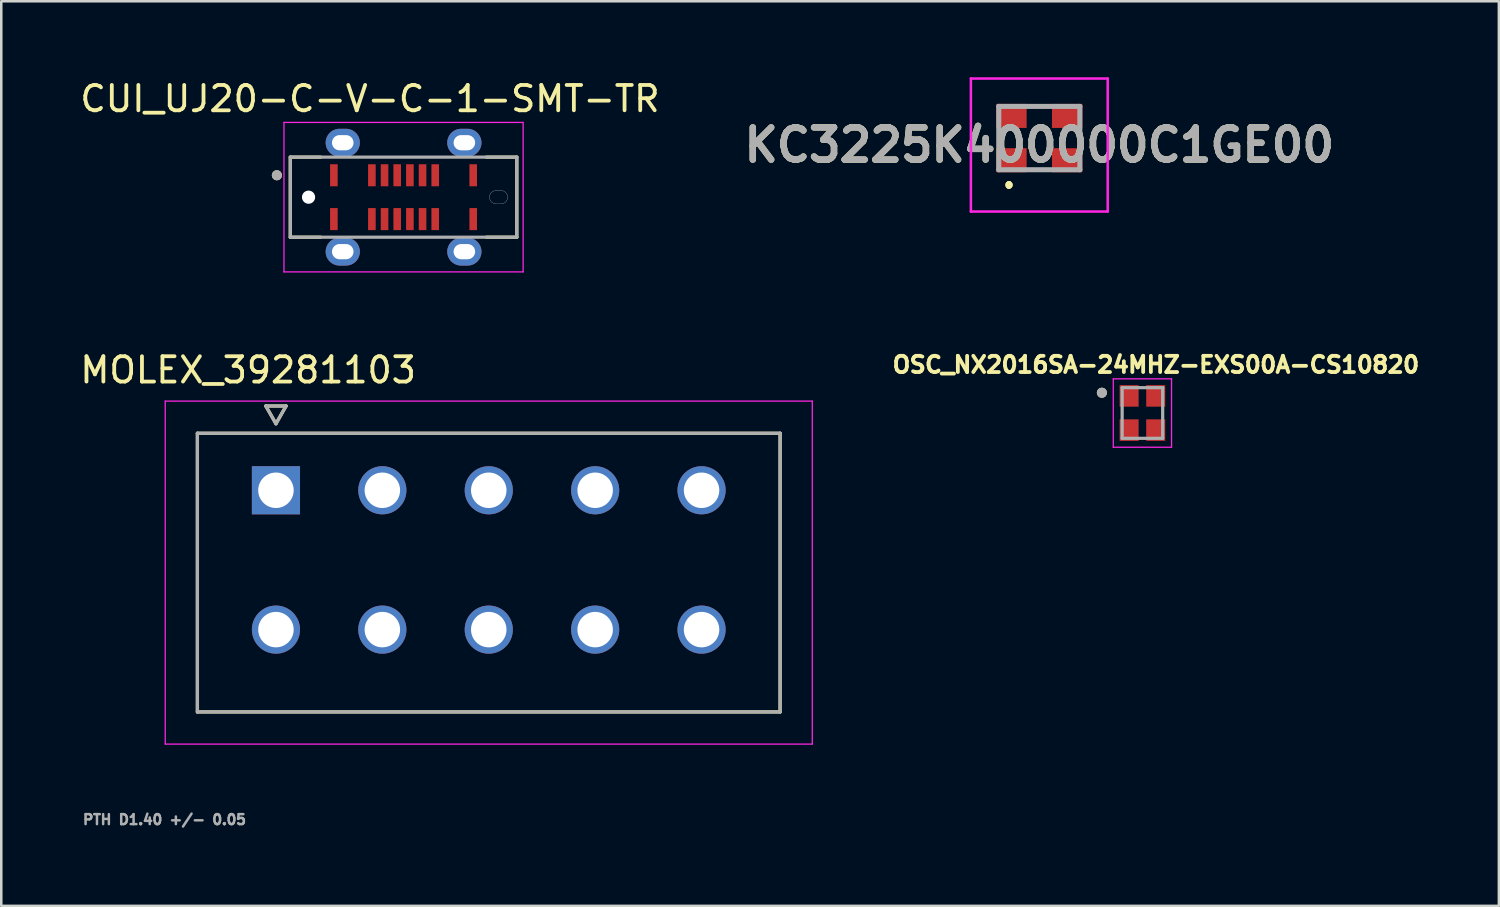
<source format=kicad_pcb>
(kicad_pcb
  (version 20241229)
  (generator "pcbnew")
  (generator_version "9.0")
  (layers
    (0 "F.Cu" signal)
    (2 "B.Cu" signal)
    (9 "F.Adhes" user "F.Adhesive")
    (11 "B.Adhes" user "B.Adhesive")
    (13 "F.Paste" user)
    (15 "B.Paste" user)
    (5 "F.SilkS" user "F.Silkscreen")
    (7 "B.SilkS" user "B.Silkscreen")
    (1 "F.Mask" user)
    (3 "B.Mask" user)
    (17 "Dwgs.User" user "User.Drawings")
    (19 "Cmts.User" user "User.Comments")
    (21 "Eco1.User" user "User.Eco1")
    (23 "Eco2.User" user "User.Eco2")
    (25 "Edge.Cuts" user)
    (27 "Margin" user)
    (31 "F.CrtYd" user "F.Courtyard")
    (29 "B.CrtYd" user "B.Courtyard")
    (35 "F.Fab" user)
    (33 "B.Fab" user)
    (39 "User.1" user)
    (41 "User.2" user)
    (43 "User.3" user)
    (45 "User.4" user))
  (footprint "MOLEX_39281103"
    (layer "F.Cu")
    (at 7.842 16.302)
    (property "Reference" "MOLEX_39281103" (at -1.098 -4.746 0) (layer "F.SilkS") (effects (font (size 1 1) (thickness 0.15))))
    (attr through_hole)
    (fp_circle (center 0 5.5) (end 0.513 5.5) (stroke (width 1.026) (type solid)) (fill no) (layer "F.Mask"))
    (fp_circle (center 4.2 0) (end 4.713 0) (stroke (width 1.026) (type solid)) (fill no) (layer "F.Mask"))
    (fp_circle (center 4.2 5.5) (end 4.713 5.5) (stroke (width 1.026) (type solid)) (fill no) (layer "F.Mask"))
    (fp_circle (center 8.4 0) (end 8.913 0) (stroke (width 1.026) (type solid)) (fill no) (layer "F.Mask"))
    (fp_circle (center 8.4 5.5) (end 8.913 5.5) (stroke (width 1.026) (type solid)) (fill no) (layer "F.Mask"))
    (fp_circle (center 12.6 0) (end 13.113 0) (stroke (width 1.026) (type solid)) (fill no) (layer "F.Mask"))
    (fp_circle (center 12.6 5.5) (end 13.113 5.5) (stroke (width 1.026) (type solid)) (fill no) (layer "F.Mask"))
    (fp_circle (center 16.8 0) (end 17.313 0) (stroke (width 1.026) (type solid)) (fill no) (layer "F.Mask"))
    (fp_circle (center 16.8 5.5) (end 17.313 5.5) (stroke (width 1.026) (type solid)) (fill no) (layer "F.Mask"))
    (fp_poly (pts (xy -1.026 -1.026) (xy 1.026 -1.026) (xy 1.026 1.026) (xy -1.026 1.026)) (stroke (width 0.01) (type solid)) (fill yes) (layer "F.Mask"))
    (fp_circle (center 0 5.5) (end 0.513 5.5) (stroke (width 1.026) (type solid)) (fill no) (layer "B.Mask"))
    (fp_circle (center 4.2 0) (end 4.713 0) (stroke (width 1.026) (type solid)) (fill no) (layer "B.Mask"))
    (fp_circle (center 4.2 5.5) (end 4.713 5.5) (stroke (width 1.026) (type solid)) (fill no) (layer "B.Mask"))
    (fp_circle (center 8.4 0) (end 8.913 0) (stroke (width 1.026) (type solid)) (fill no) (layer "B.Mask"))
    (fp_circle (center 8.4 5.5) (end 8.913 5.5) (stroke (width 1.026) (type solid)) (fill no) (layer "B.Mask"))
    (fp_circle (center 12.6 0) (end 13.113 0) (stroke (width 1.026) (type solid)) (fill no) (layer "B.Mask"))
    (fp_circle (center 12.6 5.5) (end 13.113 5.5) (stroke (width 1.026) (type solid)) (fill no) (layer "B.Mask"))
    (fp_circle (center 16.8 0) (end 17.313 0) (stroke (width 1.026) (type solid)) (fill no) (layer "B.Mask"))
    (fp_circle (center 16.8 5.5) (end 17.313 5.5) (stroke (width 1.026) (type solid)) (fill no) (layer "B.Mask"))
    (fp_poly (pts (xy -1.026 -1.026) (xy 1.026 -1.026) (xy 1.026 1.026) (xy -1.026 1.026)) (stroke (width 0.01) (type solid)) (fill yes) (layer "B.Mask"))
    (fp_line (start -3.1 -2.25) (end 19.9 -2.25) (stroke (width 0.127) (type solid)) (layer "F.SilkS"))
    (fp_line (start -3.1 8.75) (end -3.1 -2.25) (stroke (width 0.127) (type solid)) (layer "F.SilkS"))
    (fp_line (start -0.4 -3.327) (end 0 -2.627) (stroke (width 0.127) (type solid)) (layer "F.SilkS"))
    (fp_line (start 0 -2.627) (end 0.4 -3.327) (stroke (width 0.127) (type solid)) (layer "F.SilkS"))
    (fp_line (start 0.4 -3.327) (end -0.4 -3.327) (stroke (width 0.127) (type solid)) (layer "F.SilkS"))
    (fp_line (start 19.9 -2.25) (end 19.9 8.75) (stroke (width 0.127) (type solid)) (layer "F.SilkS"))
    (fp_line (start 19.9 8.75) (end -3.1 8.75) (stroke (width 0.127) (type solid)) (layer "F.SilkS"))
    (fp_line (start -4.37 -3.52) (end 21.17 -3.52) (stroke (width 0.05) (type solid)) (layer "F.CrtYd"))
    (fp_line (start -4.37 10.02) (end -4.37 -3.52) (stroke (width 0.05) (type solid)) (layer "F.CrtYd"))
    (fp_line (start 21.17 -3.52) (end 21.17 10.02) (stroke (width 0.05) (type solid)) (layer "F.CrtYd"))
    (fp_line (start 21.17 10.02) (end -4.37 10.02) (stroke (width 0.05) (type solid)) (layer "F.CrtYd"))
    (fp_line (start -3.1 -2.25) (end 19.9 -2.25) (stroke (width 0.127) (type solid)) (layer "F.Fab"))
    (fp_line (start -3.1 8.75) (end -3.1 -2.25) (stroke (width 0.127) (type solid)) (layer "F.Fab"))
    (fp_line (start -0.4 -3.327) (end 0 -2.627) (stroke (width 0.127) (type solid)) (layer "F.Fab"))
    (fp_line (start 0 -2.627) (end 0.4 -3.327) (stroke (width 0.127) (type solid)) (layer "F.Fab"))
    (fp_line (start 0.4 -3.327) (end -0.4 -3.327) (stroke (width 0.127) (type solid)) (layer "F.Fab"))
    (fp_line (start 19.9 -2.25) (end 19.9 8.75) (stroke (width 0.127) (type solid)) (layer "F.Fab"))
    (fp_line (start 19.9 8.75) (end -3.1 8.75) (stroke (width 0.127) (type solid)) (layer "F.Fab"))
    (fp_text user "PTH D1.40 +/- 0.05" (at -4.4 13 0) (layer "F.Fab") (effects (font (size 0.394 0.394) (thickness 0.15))))
    (pad "1" thru_hole rect (at 0 0) (size 1.9 1.9) (drill 1.4) (layers "*.Cu"))
    (pad "2" thru_hole circle (at 4.2 0) (size 1.9 1.9) (drill 1.4) (layers "*.Cu"))
    (pad "3" thru_hole circle (at 8.4 0) (size 1.9 1.9) (drill 1.4) (layers "*.Cu"))
    (pad "4" thru_hole circle (at 12.6 0) (size 1.9 1.9) (drill 1.4) (layers "*.Cu"))
    (pad "5" thru_hole circle (at 16.8 0) (size 1.9 1.9) (drill 1.4) (layers "*.Cu"))
    (pad "6" thru_hole circle (at 0 5.5) (size 1.9 1.9) (drill 1.4) (layers "*.Cu"))
    (pad "7" thru_hole circle (at 4.2 5.5) (size 1.9 1.9) (drill 1.4) (layers "*.Cu"))
    (pad "8" thru_hole circle (at 8.4 5.5) (size 1.9 1.9) (drill 1.4) (layers "*.Cu"))
    (pad "9" thru_hole circle (at 12.6 5.5) (size 1.9 1.9) (drill 1.4) (layers "*.Cu"))
    (pad "10" thru_hole circle (at 16.8 5.5) (size 1.9 1.9) (drill 1.4) (layers "*.Cu")))
  (footprint "KC3225K400000C1GE00"
    (layer "F.Cu")
    (at 37.973 2.4)
    (property "Reference" "KC3225K400000C1GE00" (at 0 0.275 0) (layer "F.SilkS") (effects (font (size 1.27 1.27) (thickness 0.254))))
    (attr smd)
    (fp_line (start -1.2 1.8) (end -1.2 1.8) (stroke (width 0.2) (type solid)) (layer "F.SilkS"))
    (fp_line (start -1.2 1.9) (end -1.2 1.9) (stroke (width 0.2) (type solid)) (layer "F.SilkS"))
    (fp_line (start -1.2 1.9) (end -1.2 1.9) (stroke (width 0.2) (type solid)) (layer "F.SilkS"))
    (fp_arc (start -1.2 1.8) (mid -1.15 1.85) (end -1.2 1.9) (stroke (width 0.2) (type solid)) (layer "F.SilkS"))
    (fp_arc (start -1.2 1.8) (mid -1.15 1.85) (end -1.2 1.9) (stroke (width 0.2) (type solid)) (layer "F.SilkS"))
    (fp_arc (start -1.2 1.9) (mid -1.25 1.85) (end -1.2 1.8) (stroke (width 0.2) (type solid)) (layer "F.SilkS"))
    (fp_line (start -2.7 -2.35) (end -2.7 2.9) (stroke (width 0.1) (type solid)) (layer "F.CrtYd"))
    (fp_line (start -2.7 2.9) (end 2.7 2.9) (stroke (width 0.1) (type solid)) (layer "F.CrtYd"))
    (fp_line (start 2.7 -2.35) (end -2.7 -2.35) (stroke (width 0.1) (type solid)) (layer "F.CrtYd"))
    (fp_line (start 2.7 2.9) (end 2.7 -2.35) (stroke (width 0.1) (type solid)) (layer "F.CrtYd"))
    (fp_line (start -1.6 -1.25) (end 1.6 -1.25) (stroke (width 0.2) (type solid)) (layer "F.Fab"))
    (fp_line (start -1.6 1.25) (end -1.6 -1.25) (stroke (width 0.2) (type solid)) (layer "F.Fab"))
    (fp_line (start 1.6 -1.25) (end 1.6 1.25) (stroke (width 0.2) (type solid)) (layer "F.Fab"))
    (fp_line (start 1.6 1.25) (end -1.6 1.25) (stroke (width 0.2) (type solid)) (layer "F.Fab"))
    (fp_text user "${REFERENCE}" (at 0 0.275 0) (layer "F.Fab") (effects (font (size 1.27 1.27) (thickness 0.254))))
    (pad "1" smd rect (at -1.1 0.875 90) (size 0.95 1.2) (layers "F.Cu" "F.Mask" "F.Paste"))
    (pad "2" smd rect (at 1.1 0.875 90) (size 0.95 1.2) (layers "F.Cu" "F.Mask" "F.Paste"))
    (pad "3" smd rect (at 1.1 -0.875 90) (size 0.95 1.2) (layers "F.Cu" "F.Mask" "F.Paste"))
    (pad "4" smd rect (at -1.1 -0.875 90) (size 0.95 1.2) (layers "F.Cu" "F.Mask" "F.Paste")))
  (footprint "CUI_UJ20-C-V-C-1-SMT-TR"
    (layer "F.Cu")
    (at 12.879 4.733)
    (property "Reference" "CUI_UJ20-C-V-C-1-SMT-TR" (at -1.325 -3.885 0) (layer "F.SilkS") (effects (font (size 1 1) (thickness 0.15))))
    (attr smd)
    (fp_poly (pts (xy 3.65 0.36) (xy 3.631 0.36) (xy 3.612 0.358) (xy 3.594 0.356) (xy 3.575 0.352) (xy 3.557 0.348) (xy 3.539 0.342) (xy 3.521 0.336) (xy 3.504 0.329) (xy 3.487 0.321) (xy 3.47 0.312) (xy 3.454 0.302) (xy 3.438 0.291) (xy 3.423 0.28) (xy 3.409 0.268) (xy 3.395 0.255) (xy 3.382 0.241) (xy 3.37 0.227) (xy 3.359 0.212) (xy 3.348 0.196) (xy 3.338 0.18) (xy 3.329 0.163) (xy 3.321 0.146) (xy 3.314 0.129) (xy 3.308 0.111) (xy 3.302 0.093) (xy 3.298 0.075) (xy 3.294 0.056) (xy 3.292 0.038) (xy 3.29 0.019) (xy 3.29 0) (xy 3.29 -0.019) (xy 3.292 -0.038) (xy 3.294 -0.056) (xy 3.298 -0.075) (xy 3.302 -0.093) (xy 3.308 -0.111) (xy 3.314 -0.129) (xy 3.321 -0.146) (xy 3.329 -0.163) (xy 3.338 -0.18) (xy 3.348 -0.196) (xy 3.359 -0.212) (xy 3.37 -0.227) (xy 3.382 -0.241) (xy 3.395 -0.255) (xy 3.409 -0.268) (xy 3.423 -0.28) (xy 3.438 -0.291) (xy 3.454 -0.302) (xy 3.47 -0.312) (xy 3.487 -0.321) (xy 3.504 -0.329) (xy 3.521 -0.336) (xy 3.539 -0.342) (xy 3.557 -0.348) (xy 3.575 -0.352) (xy 3.594 -0.356) (xy 3.612 -0.358) (xy 3.631 -0.36) (xy 3.65 -0.36) (xy 3.85 -0.36) (xy 3.869 -0.36) (xy 3.888 -0.358) (xy 3.906 -0.356) (xy 3.925 -0.352) (xy 3.943 -0.348) (xy 3.961 -0.342) (xy 3.979 -0.336) (xy 3.996 -0.329) (xy 4.013 -0.321) (xy 4.03 -0.312) (xy 4.046 -0.302) (xy 4.062 -0.291) (xy 4.077 -0.28) (xy 4.091 -0.268) (xy 4.105 -0.255) (xy 4.118 -0.241) (xy 4.13 -0.227) (xy 4.141 -0.212) (xy 4.152 -0.196) (xy 4.162 -0.18) (xy 4.171 -0.163) (xy 4.179 -0.146) (xy 4.186 -0.129) (xy 4.192 -0.111) (xy 4.198 -0.093) (xy 4.202 -0.075) (xy 4.206 -0.056) (xy 4.208 -0.038) (xy 4.21 -0.019) (xy 4.21 0) (xy 4.21 0.019) (xy 4.208 0.038) (xy 4.206 0.056) (xy 4.202 0.075) (xy 4.198 0.093) (xy 4.192 0.111) (xy 4.186 0.129) (xy 4.179 0.146) (xy 4.171 0.163) (xy 4.162 0.18) (xy 4.152 0.196) (xy 4.141 0.212) (xy 4.13 0.227) (xy 4.118 0.241) (xy 4.105 0.255) (xy 4.091 0.268) (xy 4.077 0.28) (xy 4.062 0.291) (xy 4.046 0.302) (xy 4.03 0.312) (xy 4.013 0.321) (xy 3.996 0.329) (xy 3.979 0.336) (xy 3.961 0.342) (xy 3.943 0.348) (xy 3.925 0.352) (xy 3.906 0.356) (xy 3.888 0.358) (xy 3.869 0.36) (xy 3.85 0.36) (xy 3.65 0.36)) (stroke (width 0.01) (type solid)) (fill yes) (layer "F.Mask"))
    (fp_poly (pts (xy 3.85 0.36) (xy 3.869 0.36) (xy 3.888 0.358) (xy 3.906 0.356) (xy 3.925 0.352) (xy 3.943 0.348) (xy 3.961 0.342) (xy 3.979 0.336) (xy 3.996 0.329) (xy 4.013 0.321) (xy 4.03 0.312) (xy 4.046 0.302) (xy 4.062 0.291) (xy 4.077 0.28) (xy 4.091 0.268) (xy 4.105 0.255) (xy 4.118 0.241) (xy 4.13 0.227) (xy 4.141 0.212) (xy 4.152 0.196) (xy 4.162 0.18) (xy 4.171 0.163) (xy 4.179 0.146) (xy 4.186 0.129) (xy 4.192 0.111) (xy 4.198 0.093) (xy 4.202 0.075) (xy 4.206 0.056) (xy 4.208 0.038) (xy 4.21 0.019) (xy 4.21 0) (xy 4.21 -0.019) (xy 4.208 -0.038) (xy 4.206 -0.056) (xy 4.202 -0.075) (xy 4.198 -0.093) (xy 4.192 -0.111) (xy 4.186 -0.129) (xy 4.179 -0.146) (xy 4.171 -0.163) (xy 4.162 -0.18) (xy 4.152 -0.196) (xy 4.141 -0.212) (xy 4.13 -0.227) (xy 4.118 -0.241) (xy 4.105 -0.255) (xy 4.091 -0.268) (xy 4.077 -0.28) (xy 4.062 -0.291) (xy 4.046 -0.302) (xy 4.03 -0.312) (xy 4.013 -0.321) (xy 3.996 -0.329) (xy 3.979 -0.336) (xy 3.961 -0.342) (xy 3.943 -0.348) (xy 3.925 -0.352) (xy 3.906 -0.356) (xy 3.888 -0.358) (xy 3.869 -0.36) (xy 3.85 -0.36) (xy 3.65 -0.36) (xy 3.631 -0.36) (xy 3.612 -0.358) (xy 3.594 -0.356) (xy 3.575 -0.352) (xy 3.557 -0.348) (xy 3.539 -0.342) (xy 3.521 -0.336) (xy 3.504 -0.329) (xy 3.487 -0.321) (xy 3.47 -0.312) (xy 3.454 -0.302) (xy 3.438 -0.291) (xy 3.423 -0.28) (xy 3.409 -0.268) (xy 3.395 -0.255) (xy 3.382 -0.241) (xy 3.37 -0.227) (xy 3.359 -0.212) (xy 3.348 -0.196) (xy 3.338 -0.18) (xy 3.329 -0.163) (xy 3.321 -0.146) (xy 3.314 -0.129) (xy 3.308 -0.111) (xy 3.302 -0.093) (xy 3.298 -0.075) (xy 3.294 -0.056) (xy 3.292 -0.038) (xy 3.29 -0.019) (xy 3.29 0) (xy 3.29 0.019) (xy 3.292 0.038) (xy 3.294 0.056) (xy 3.298 0.075) (xy 3.302 0.093) (xy 3.308 0.111) (xy 3.314 0.129) (xy 3.321 0.146) (xy 3.329 0.163) (xy 3.338 0.18) (xy 3.348 0.196) (xy 3.359 0.212) (xy 3.37 0.227) (xy 3.382 0.241) (xy 3.395 0.255) (xy 3.409 0.268) (xy 3.423 0.28) (xy 3.438 0.291) (xy 3.454 0.302) (xy 3.47 0.312) (xy 3.487 0.321) (xy 3.504 0.329) (xy 3.521 0.336) (xy 3.539 0.342) (xy 3.557 0.348) (xy 3.575 0.352) (xy 3.594 0.356) (xy 3.612 0.358) (xy 3.631 0.36) (xy 3.65 0.36) (xy 3.85 0.36)) (stroke (width 0.01) (type solid)) (fill yes) (layer "B.Mask"))
    (fp_line (start -4.47 -1.58) (end -3.27 -1.58) (stroke (width 0.127) (type solid)) (layer "F.SilkS"))
    (fp_line (start -4.47 1.58) (end -4.47 -1.58) (stroke (width 0.127) (type solid)) (layer "F.SilkS"))
    (fp_line (start -3.27 1.58) (end -4.47 1.58) (stroke (width 0.127) (type solid)) (layer "F.SilkS"))
    (fp_line (start 3.27 -1.58) (end 4.47 -1.58) (stroke (width 0.127) (type solid)) (layer "F.SilkS"))
    (fp_line (start 4.47 -1.58) (end 4.47 1.58) (stroke (width 0.127) (type solid)) (layer "F.SilkS"))
    (fp_line (start 4.47 1.58) (end 3.27 1.58) (stroke (width 0.127) (type solid)) (layer "F.SilkS"))
    (fp_circle (center -5 -0.865) (end -4.9 -0.865) (stroke (width 0.2) (type solid)) (fill no) (layer "F.SilkS"))
    (fp_line (start 3.65 -0.26) (end 3.85 -0.26) (stroke (width 0.01) (type solid)) (layer "Edge.Cuts"))
    (fp_line (start 3.85 0.26) (end 3.65 0.26) (stroke (width 0.01) (type solid)) (layer "Edge.Cuts"))
    (fp_arc (start 3.39 0) (mid 3.466152 -0.183848) (end 3.65 -0.26) (stroke (width 0.01) (type solid)) (layer "Edge.Cuts"))
    (fp_arc (start 3.65 0.26) (mid 3.466152 0.183848) (end 3.39 0) (stroke (width 0.01) (type solid)) (layer "Edge.Cuts"))
    (fp_arc (start 3.85 -0.26) (mid 4.033848 -0.183848) (end 4.11 0) (stroke (width 0.01) (type solid)) (layer "Edge.Cuts"))
    (fp_arc (start 4.11 0) (mid 4.033848 0.183848) (end 3.85 0.26) (stroke (width 0.01) (type solid)) (layer "Edge.Cuts"))
    (fp_line (start -4.72 -2.95) (end 4.72 -2.95) (stroke (width 0.05) (type solid)) (layer "F.CrtYd"))
    (fp_line (start -4.72 2.95) (end -4.72 -2.95) (stroke (width 0.05) (type solid)) (layer "F.CrtYd"))
    (fp_line (start 4.72 -2.95) (end 4.72 2.95) (stroke (width 0.05) (type solid)) (layer "F.CrtYd"))
    (fp_line (start 4.72 2.95) (end -4.72 2.95) (stroke (width 0.05) (type solid)) (layer "F.CrtYd"))
    (fp_line (start -4.47 -1.58) (end 4.47 -1.58) (stroke (width 0.127) (type solid)) (layer "F.Fab"))
    (fp_line (start -4.47 1.58) (end -4.47 -1.58) (stroke (width 0.127) (type solid)) (layer "F.Fab"))
    (fp_line (start 4.47 -1.58) (end 4.47 1.58) (stroke (width 0.127) (type solid)) (layer "F.Fab"))
    (fp_line (start 4.47 1.58) (end -4.47 1.58) (stroke (width 0.127) (type solid)) (layer "F.Fab"))
    (fp_circle (center -5 -0.865) (end -4.9 -0.865) (stroke (width 0.2) (type solid)) (fill no) (layer "F.Fab"))
    (pad "" np_thru_hole circle (at -3.75 0) (size 0.52 0.52) (drill 0.52) (layers "*.Cu" "*.Mask"))
    (pad "A1" smd rect (at -2.75 -0.865) (size 0.3 0.87) (layers "F.Cu" "F.Mask" "F.Paste"))
    (pad "A4" smd rect (at -1.25 -0.865) (size 0.3 0.87) (layers "F.Cu" "F.Mask" "F.Paste"))
    (pad "A5" smd rect (at -0.75 -0.865) (size 0.3 0.87) (layers "F.Cu" "F.Mask" "F.Paste"))
    (pad "A6" smd rect (at -0.25 -0.865) (size 0.3 0.87) (layers "F.Cu" "F.Mask" "F.Paste"))
    (pad "A7" smd rect (at 0.25 -0.865) (size 0.3 0.87) (layers "F.Cu" "F.Mask" "F.Paste"))
    (pad "A8" smd rect (at 0.75 -0.865) (size 0.3 0.87) (layers "F.Cu" "F.Mask" "F.Paste"))
    (pad "A9" smd rect (at 1.25 -0.865) (size 0.3 0.87) (layers "F.Cu" "F.Mask" "F.Paste"))
    (pad "A12" smd rect (at 2.75 -0.865) (size 0.3 0.87) (layers "F.Cu" "F.Mask" "F.Paste"))
    (pad "B1" smd rect (at 2.75 0.865) (size 0.3 0.87) (layers "F.Cu" "F.Mask" "F.Paste"))
    (pad "B4" smd rect (at 1.25 0.865) (size 0.3 0.87) (layers "F.Cu" "F.Mask" "F.Paste"))
    (pad "B5" smd rect (at 0.75 0.865) (size 0.3 0.87) (layers "F.Cu" "F.Mask" "F.Paste"))
    (pad "B6" smd rect (at 0.25 0.865) (size 0.3 0.87) (layers "F.Cu" "F.Mask" "F.Paste"))
    (pad "B7" smd rect (at -0.25 0.865) (size 0.3 0.87) (layers "F.Cu" "F.Mask" "F.Paste"))
    (pad "B8" smd rect (at -0.75 0.865) (size 0.3 0.87) (layers "F.Cu" "F.Mask" "F.Paste"))
    (pad "B9" smd rect (at -1.25 0.865) (size 0.3 0.87) (layers "F.Cu" "F.Mask" "F.Paste"))
    (pad "B12" smd rect (at -2.75 0.865) (size 0.3 0.87) (layers "F.Cu" "F.Mask" "F.Paste"))
    (pad "SH1" thru_hole oval (at -2.4 -2.15) (size 1.35 1.1) (drill oval 0.85 0.6) (layers "*.Cu" "*.Mask"))
    (pad "SH2" thru_hole oval (at -2.4 2.15) (size 1.35 1.1) (drill oval 0.85 0.6) (layers "*.Cu" "*.Mask"))
    (pad "SH3" thru_hole oval (at 2.4 -2.15) (size 1.35 1.1) (drill oval 0.85 0.6) (layers "*.Cu" "*.Mask"))
    (pad "SH4" thru_hole oval (at 2.4 2.15) (size 1.35 1.1) (drill oval 0.85 0.6) (layers "*.Cu" "*.Mask")))
  (footprint "OSC_NX2016SA-24MHZ-EXS00A-CS10820"
    (layer "F.Cu")
    (at 42.043 13.252)
    (property "Reference" "OSC_NX2016SA-24MHZ-EXS00A-CS10820" (at 0.532 -1.906 0) (layer "F.SilkS") (effects (font (size 0.64 0.64) (thickness 0.15))))
    (attr smd)
    (fp_circle (center -1.6 -0.8) (end -1.5 -0.8) (stroke (width 0.2) (type solid)) (fill no) (layer "F.SilkS"))
    (fp_line (start -1.15 -1.35) (end -1.15 1.35) (stroke (width 0.05) (type solid)) (layer "F.CrtYd"))
    (fp_line (start -1.15 1.35) (end 1.15 1.35) (stroke (width 0.05) (type solid)) (layer "F.CrtYd"))
    (fp_line (start 1.15 -1.35) (end -1.15 -1.35) (stroke (width 0.05) (type solid)) (layer "F.CrtYd"))
    (fp_line (start 1.15 1.35) (end 1.15 -1.35) (stroke (width 0.05) (type solid)) (layer "F.CrtYd"))
    (fp_line (start -0.8 -1) (end 0.8 -1) (stroke (width 0.127) (type solid)) (layer "F.Fab"))
    (fp_line (start -0.8 1) (end -0.8 -1) (stroke (width 0.127) (type solid)) (layer "F.Fab"))
    (fp_line (start 0.8 -1) (end 0.8 1) (stroke (width 0.127) (type solid)) (layer "F.Fab"))
    (fp_line (start 0.8 1) (end -0.8 1) (stroke (width 0.127) (type solid)) (layer "F.Fab"))
    (fp_circle (center -1.6 -0.8) (end -1.5 -0.8) (stroke (width 0.2) (type solid)) (fill no) (layer "F.Fab"))
    (pad "1" smd rect (at -0.525 -0.675) (size 0.75 0.85) (layers "F.Cu" "F.Mask" "F.Paste"))
    (pad "2" smd rect (at -0.525 0.675) (size 0.75 0.85) (layers "F.Cu" "F.Mask" "F.Paste"))
    (pad "3" smd rect (at 0.525 0.675) (size 0.75 0.85) (layers "F.Cu" "F.Mask" "F.Paste"))
    (pad "4" smd rect (at 0.525 -0.675) (size 0.75 0.85) (layers "F.Cu" "F.Mask" "F.Paste")))
  (gr_rect
    (start -3 -3)
    (end 56.113 32.706)
    (stroke (width 0.1) (type default))
    (fill no)
    (layer "Edge.Cuts")))
</source>
